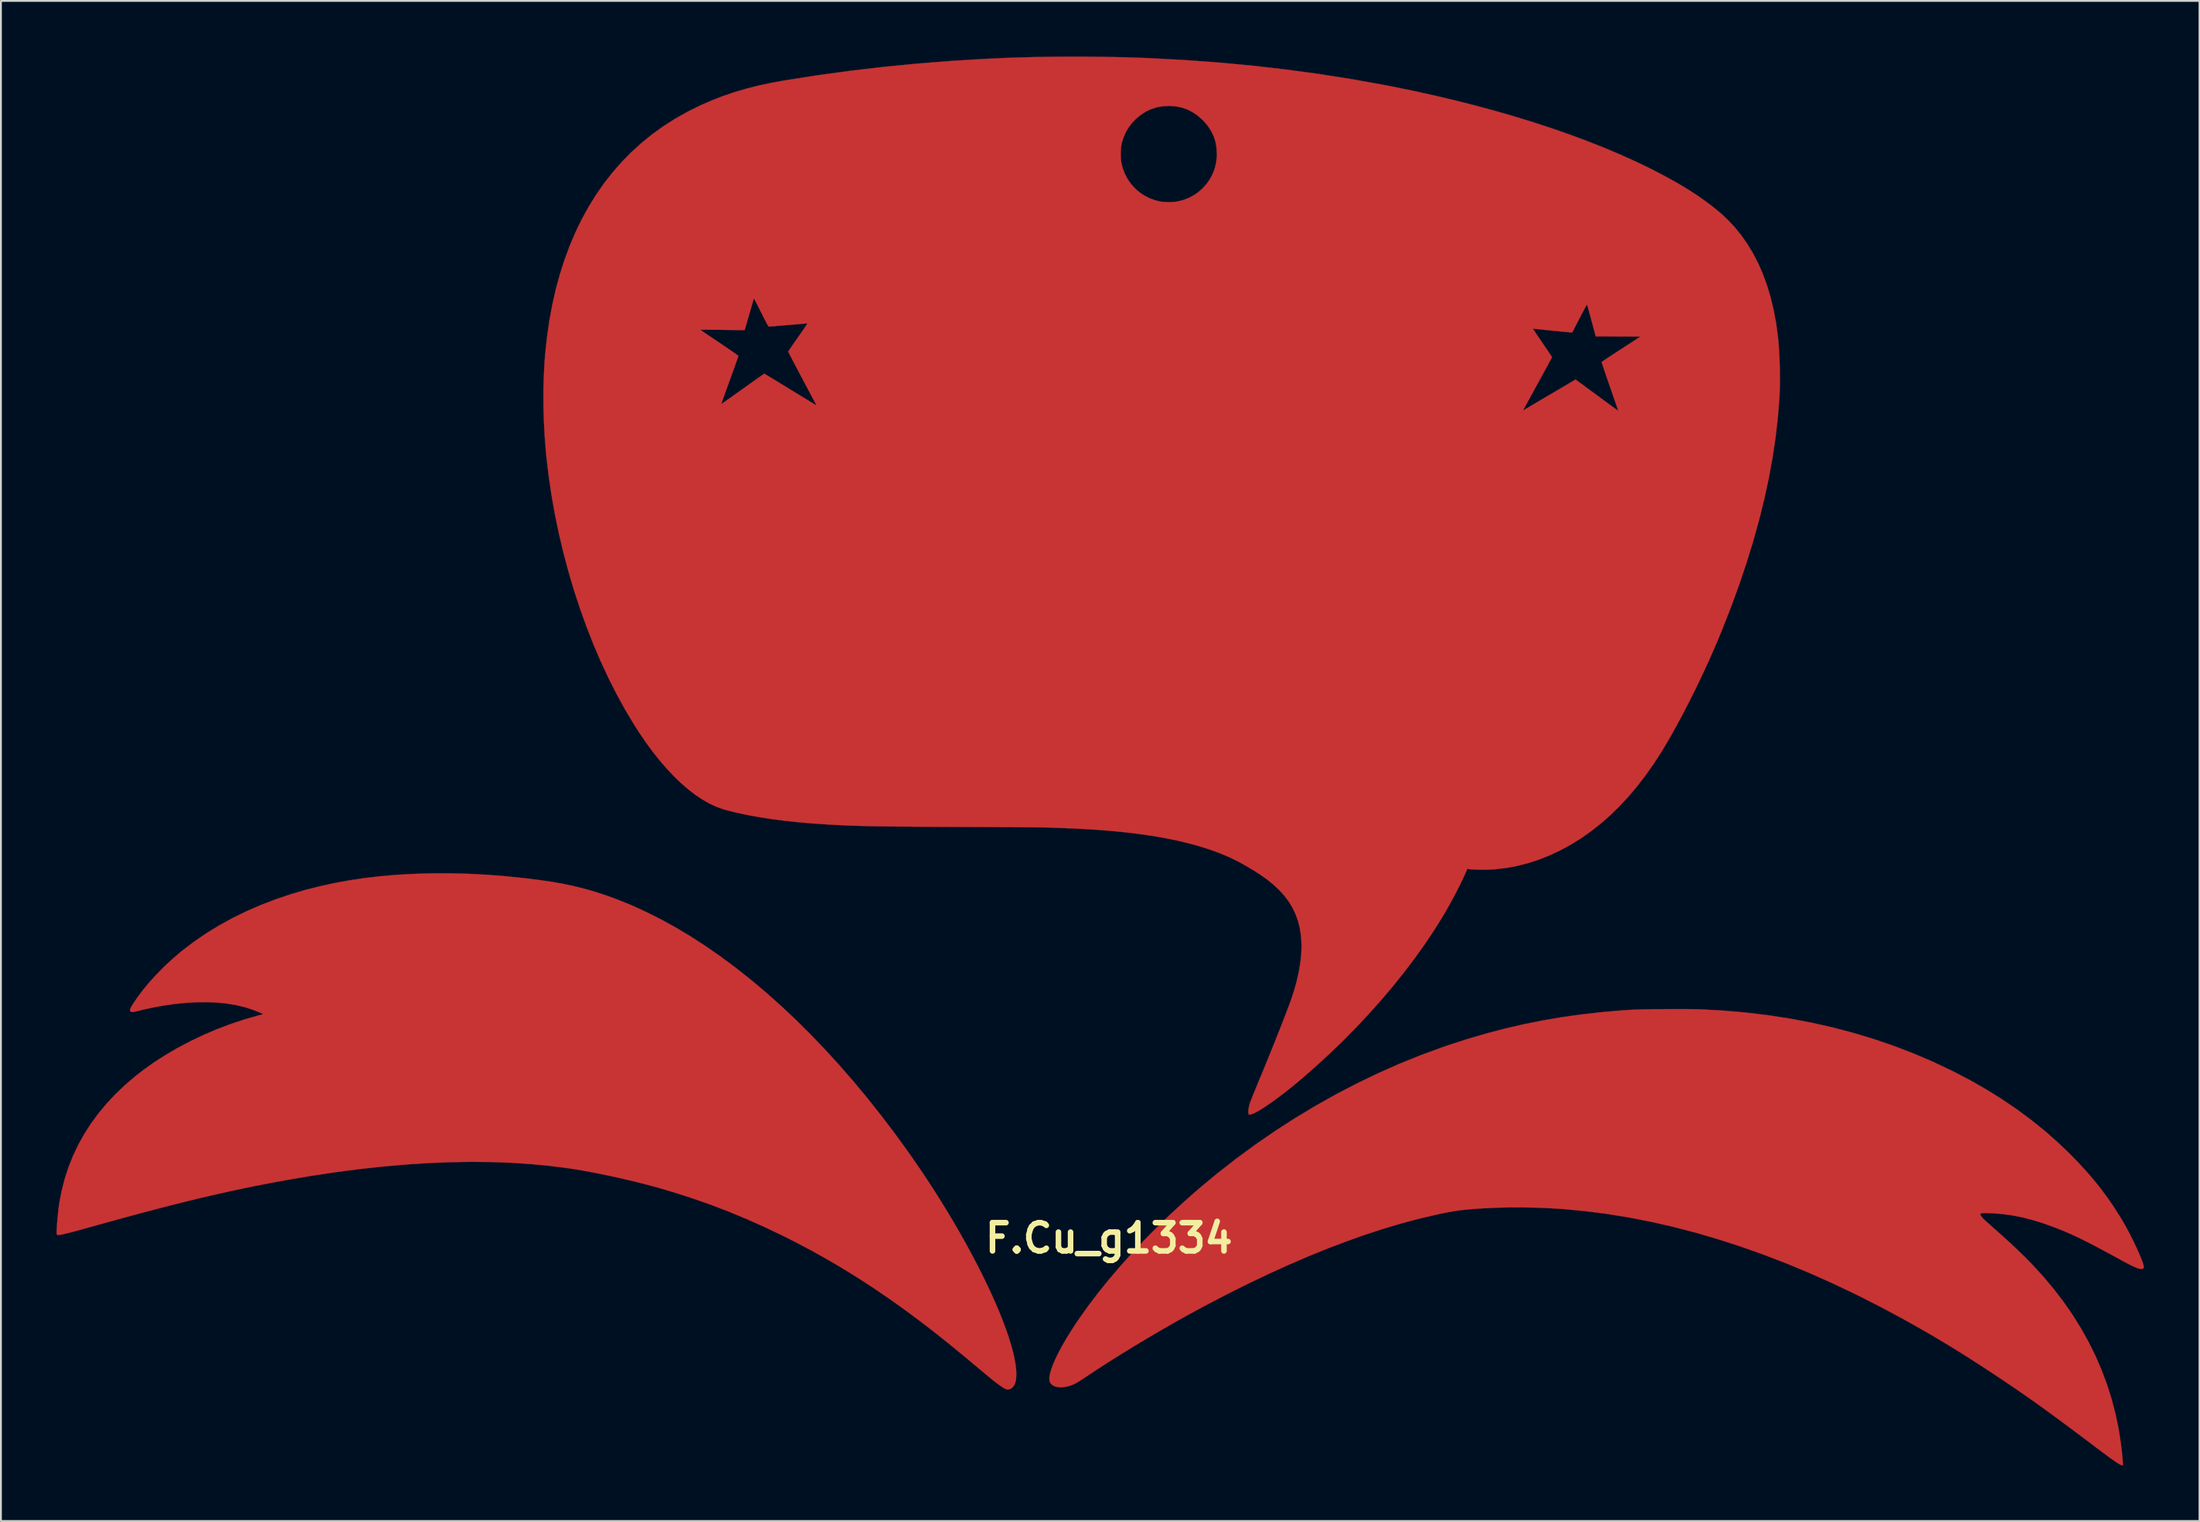
<source format=kicad_pcb>
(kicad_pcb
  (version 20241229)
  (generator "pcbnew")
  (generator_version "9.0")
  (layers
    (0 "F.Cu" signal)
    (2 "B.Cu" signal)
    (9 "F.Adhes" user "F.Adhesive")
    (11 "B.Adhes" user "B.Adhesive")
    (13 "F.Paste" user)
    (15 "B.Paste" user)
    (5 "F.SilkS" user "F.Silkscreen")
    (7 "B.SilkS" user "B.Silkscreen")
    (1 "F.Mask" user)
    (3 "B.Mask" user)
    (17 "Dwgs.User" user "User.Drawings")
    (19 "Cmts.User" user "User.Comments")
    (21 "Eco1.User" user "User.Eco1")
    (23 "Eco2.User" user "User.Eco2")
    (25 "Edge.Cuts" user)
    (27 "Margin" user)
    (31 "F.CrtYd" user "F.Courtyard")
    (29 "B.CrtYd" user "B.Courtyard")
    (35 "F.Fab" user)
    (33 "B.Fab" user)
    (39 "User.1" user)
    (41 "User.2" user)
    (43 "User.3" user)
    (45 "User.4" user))
  (footprint "F.Cu_g1334"
    (layer "F.Cu")
    (at 56.752 63.735)
    (property "Reference" "F.Cu_g1334" (at 0 0 0) (layer "F.SilkS") (effects (font (size 1.524 1.524) (thickness 0.3))))
    (attr through_hole)
    (fp_poly (pts (xy -34.499 -19.652) (xy -33.507 -19.599) (xy -32.498 -19.519) (xy -31.467 -19.411) (xy -30.681 -19.313) (xy -30.035 -19.218) (xy -29.42 -19.109) (xy -28.829 -18.983) (xy -28.252 -18.838) (xy -27.68 -18.673) (xy -27.106 -18.484) (xy -26.564 -18.288) (xy -25.76 -17.963) (xy -24.953 -17.596) (xy -24.143 -17.189) (xy -23.333 -16.741) (xy -22.522 -16.254) (xy -21.712 -15.728) (xy -20.903 -15.164) (xy -20.095 -14.562) (xy -19.291 -13.924) (xy -18.489 -13.249) (xy -17.692 -12.539) (xy -16.899 -11.793) (xy -16.113 -11.014) (xy -15.332 -10.201) (xy -14.559 -9.355) (xy -13.794 -8.477) (xy -13.037 -7.567) (xy -12.29 -6.626) (xy -11.553 -5.656) (xy -10.827 -4.655) (xy -10.583 -4.307) (xy -10.188 -3.734) (xy -9.802 -3.158) (xy -9.426 -2.579) (xy -9.06 -2) (xy -8.705 -1.422) (xy -8.362 -0.847) (xy -8.031 -0.276) (xy -7.714 0.29) (xy -7.41 0.848) (xy -7.121 1.398) (xy -6.847 1.937) (xy -6.589 2.465) (xy -6.348 2.98) (xy -6.124 3.48) (xy -5.918 3.964) (xy -5.731 4.431) (xy -5.563 4.878) (xy -5.415 5.304) (xy -5.289 5.708) (xy -5.183 6.089) (xy -5.101 6.444) (xy -5.041 6.773) (xy -5.004 7.073) (xy -4.992 7.344) (xy -5.005 7.583) (xy -5.018 7.673) (xy -5.06 7.83) (xy -5.125 7.962) (xy -5.209 8.064) (xy -5.309 8.132) (xy -5.422 8.163) (xy -5.479 8.164) (xy -5.533 8.153) (xy -5.598 8.124) (xy -5.652 8.095) (xy -5.722 8.051) (xy -5.815 7.99) (xy -5.917 7.919) (xy -6.018 7.845) (xy -6.022 7.842) (xy -6.068 7.807) (xy -6.112 7.773) (xy -6.158 7.738) (xy -6.207 7.699) (xy -6.262 7.655) (xy -6.326 7.604) (xy -6.4 7.543) (xy -6.488 7.471) (xy -6.591 7.385) (xy -6.712 7.284) (xy -6.854 7.165) (xy -7.019 7.028) (xy -7.21 6.868) (xy -7.428 6.686) (xy -7.642 6.506) (xy -8.528 5.777) (xy -9.397 5.083) (xy -10.254 4.424) (xy -11.101 3.798) (xy -11.941 3.203) (xy -12.775 2.637) (xy -13.608 2.098) (xy -14.442 1.584) (xy -15.279 1.094) (xy -16.122 0.626) (xy -16.975 0.177) (xy -17.515 -0.095) (xy -18.526 -0.579) (xy -19.527 -1.026) (xy -20.525 -1.44) (xy -21.526 -1.822) (xy -22.538 -2.176) (xy -23.565 -2.502) (xy -24.276 -2.711) (xy -24.746 -2.84) (xy -25.242 -2.968) (xy -25.755 -3.095) (xy -26.279 -3.217) (xy -26.807 -3.334) (xy -27.329 -3.444) (xy -27.841 -3.545) (xy -28.332 -3.636) (xy -28.798 -3.715) (xy -29.131 -3.766) (xy -30.133 -3.895) (xy -31.164 -3.995) (xy -32.224 -4.065) (xy -33.313 -4.105) (xy -34.431 -4.115) (xy -35.578 -4.096) (xy -36.752 -4.047) (xy -37.953 -3.968) (xy -39.182 -3.86) (xy -40.438 -3.722) (xy -41.72 -3.555) (xy -43.028 -3.358) (xy -44.361 -3.131) (xy -44.418 -3.121) (xy -45.012 -3.012) (xy -45.601 -2.9) (xy -46.188 -2.784) (xy -46.775 -2.662) (xy -47.367 -2.536) (xy -47.966 -2.403) (xy -48.575 -2.263) (xy -49.198 -2.116) (xy -49.837 -1.96) (xy -50.497 -1.794) (xy -51.179 -1.619) (xy -51.887 -1.433) (xy -52.624 -1.235) (xy -53.394 -1.026) (xy -54.199 -0.803) (xy -54.547 -0.706) (xy -54.895 -0.608) (xy -55.205 -0.522) (xy -55.478 -0.447) (xy -55.718 -0.382) (xy -55.926 -0.327) (xy -56.104 -0.281) (xy -56.255 -0.243) (xy -56.38 -0.214) (xy -56.483 -0.193) (xy -56.564 -0.179) (xy -56.628 -0.171) (xy -56.674 -0.17) (xy -56.707 -0.174) (xy -56.728 -0.184) (xy -56.739 -0.198) (xy -56.739 -0.199) (xy -56.746 -0.242) (xy -56.747 -0.321) (xy -56.744 -0.432) (xy -56.738 -0.568) (xy -56.728 -0.724) (xy -56.715 -0.895) (xy -56.699 -1.075) (xy -56.682 -1.259) (xy -56.662 -1.441) (xy -56.642 -1.616) (xy -56.621 -1.778) (xy -56.6 -1.918) (xy -56.473 -2.576) (xy -56.307 -3.218) (xy -56.101 -3.845) (xy -55.857 -4.455) (xy -55.574 -5.048) (xy -55.253 -5.625) (xy -54.892 -6.185) (xy -54.494 -6.727) (xy -54.057 -7.253) (xy -53.583 -7.76) (xy -53.07 -8.25) (xy -52.52 -8.722) (xy -52.091 -9.057) (xy -51.495 -9.482) (xy -50.865 -9.887) (xy -50.205 -10.272) (xy -49.519 -10.633) (xy -48.812 -10.968) (xy -48.087 -11.277) (xy -47.35 -11.555) (xy -46.603 -11.803) (xy -45.853 -12.017) (xy -45.72 -12.051) (xy -45.604 -12.08) (xy -45.773 -12.159) (xy -46.177 -12.324) (xy -46.61 -12.462) (xy -47.073 -12.571) (xy -47.563 -12.652) (xy -48.079 -12.705) (xy -48.619 -12.729) (xy -49.182 -12.725) (xy -49.767 -12.693) (xy -50.371 -12.632) (xy -50.994 -12.542) (xy -51.52 -12.446) (xy -51.678 -12.414) (xy -51.853 -12.376) (xy -52.027 -12.337) (xy -52.185 -12.3) (xy -52.275 -12.278) (xy -52.42 -12.242) (xy -52.53 -12.217) (xy -52.611 -12.202) (xy -52.668 -12.196) (xy -52.708 -12.198) (xy -52.736 -12.209) (xy -52.756 -12.225) (xy -52.784 -12.268) (xy -52.788 -12.324) (xy -52.767 -12.396) (xy -52.719 -12.491) (xy -52.665 -12.581) (xy -52.392 -12.988) (xy -52.081 -13.401) (xy -51.736 -13.815) (xy -51.363 -14.226) (xy -50.964 -14.63) (xy -50.543 -15.023) (xy -50.105 -15.4) (xy -49.974 -15.507) (xy -49.345 -15.987) (xy -48.684 -16.439) (xy -47.992 -16.864) (xy -47.271 -17.261) (xy -46.52 -17.629) (xy -45.742 -17.968) (xy -44.937 -18.277) (xy -44.106 -18.556) (xy -43.325 -18.785) (xy -42.546 -18.983) (xy -41.758 -19.155) (xy -40.956 -19.302) (xy -40.138 -19.424) (xy -39.299 -19.522) (xy -38.437 -19.596) (xy -37.546 -19.647) (xy -36.623 -19.675) (xy -36.46 -19.677) (xy -35.482 -19.678) (xy -34.499 -19.652)) (stroke (width 0.01) (type solid)) (fill yes) (layer "F.Cu"))
    (fp_poly (pts (xy 30.89 -12.358) (xy 31.162 -12.357) (xy 31.413 -12.354) (xy 31.639 -12.35) (xy 31.833 -12.345) (xy 31.922 -12.342) (xy 33.151 -12.273) (xy 34.363 -12.167) (xy 35.555 -12.024) (xy 36.729 -11.843) (xy 37.883 -11.624) (xy 39.018 -11.369) (xy 40.133 -11.076) (xy 41.229 -10.746) (xy 42.305 -10.379) (xy 43.361 -9.975) (xy 44.396 -9.534) (xy 45.411 -9.055) (xy 45.553 -8.985) (xy 46.459 -8.511) (xy 47.33 -8.013) (xy 48.166 -7.492) (xy 48.969 -6.946) (xy 49.738 -6.376) (xy 50.475 -5.782) (xy 51.18 -5.161) (xy 51.838 -4.53) (xy 52.306 -4.049) (xy 52.74 -3.575) (xy 53.143 -3.104) (xy 53.522 -2.628) (xy 53.88 -2.142) (xy 54.224 -1.638) (xy 54.557 -1.112) (xy 54.643 -0.97) (xy 54.754 -0.779) (xy 54.868 -0.575) (xy 54.983 -0.362) (xy 55.097 -0.143) (xy 55.208 0.078) (xy 55.315 0.298) (xy 55.415 0.512) (xy 55.508 0.717) (xy 55.592 0.91) (xy 55.665 1.086) (xy 55.725 1.241) (xy 55.77 1.373) (xy 55.799 1.478) (xy 55.81 1.55) (xy 55.808 1.576) (xy 55.787 1.623) (xy 55.749 1.653) (xy 55.694 1.666) (xy 55.618 1.66) (xy 55.52 1.635) (xy 55.397 1.59) (xy 55.247 1.525) (xy 55.068 1.438) (xy 54.859 1.33) (xy 54.616 1.199) (xy 54.606 1.193) (xy 54.209 0.976) (xy 53.846 0.779) (xy 53.513 0.601) (xy 53.206 0.438) (xy 52.923 0.291) (xy 52.661 0.158) (xy 52.415 0.036) (xy 52.183 -0.076) (xy 51.961 -0.179) (xy 51.747 -0.275) (xy 51.536 -0.365) (xy 51.327 -0.451) (xy 51.114 -0.536) (xy 50.934 -0.605) (xy 50.353 -0.812) (xy 49.793 -0.984) (xy 49.249 -1.122) (xy 48.718 -1.227) (xy 48.197 -1.299) (xy 47.683 -1.34) (xy 47.498 -1.347) (xy 47.347 -1.351) (xy 47.233 -1.352) (xy 47.15 -1.352) (xy 47.093 -1.348) (xy 47.054 -1.342) (xy 47.03 -1.332) (xy 47.023 -1.327) (xy 46.995 -1.298) (xy 46.997 -1.264) (xy 47.006 -1.241) (xy 47.034 -1.195) (xy 47.081 -1.135) (xy 47.121 -1.088) (xy 47.143 -1.065) (xy 47.168 -1.039) (xy 47.199 -1.009) (xy 47.237 -0.972) (xy 47.286 -0.927) (xy 47.348 -0.87) (xy 47.426 -0.8) (xy 47.522 -0.714) (xy 47.638 -0.61) (xy 47.777 -0.486) (xy 47.943 -0.339) (xy 48.136 -0.167) (xy 48.214 -0.097) (xy 48.622 0.273) (xy 49.018 0.645) (xy 49.394 1.011) (xy 49.742 1.364) (xy 49.778 1.402) (xy 50.386 2.065) (xy 50.954 2.743) (xy 51.482 3.435) (xy 51.972 4.141) (xy 52.421 4.861) (xy 52.831 5.595) (xy 53.201 6.342) (xy 53.531 7.103) (xy 53.821 7.876) (xy 54.071 8.663) (xy 54.281 9.462) (xy 54.45 10.273) (xy 54.579 11.096) (xy 54.609 11.345) (xy 54.623 11.473) (xy 54.637 11.609) (xy 54.65 11.746) (xy 54.661 11.879) (xy 54.671 12.001) (xy 54.678 12.104) (xy 54.682 12.182) (xy 54.683 12.229) (xy 54.681 12.239) (xy 54.657 12.254) (xy 54.613 12.247) (xy 54.542 12.216) (xy 54.515 12.202) (xy 54.457 12.169) (xy 54.388 12.127) (xy 54.307 12.073) (xy 54.21 12.007) (xy 54.095 11.926) (xy 53.96 11.829) (xy 53.803 11.713) (xy 53.62 11.578) (xy 53.41 11.421) (xy 53.17 11.24) (xy 53.044 11.145) (xy 52.593 10.805) (xy 52.172 10.489) (xy 51.779 10.195) (xy 51.408 9.92) (xy 51.058 9.662) (xy 50.725 9.418) (xy 50.406 9.186) (xy 50.097 8.964) (xy 49.795 8.75) (xy 49.497 8.54) (xy 49.2 8.334) (xy 48.901 8.128) (xy 48.595 7.92) (xy 48.281 7.708) (xy 47.954 7.489) (xy 47.932 7.474) (xy 47.206 6.995) (xy 46.504 6.542) (xy 45.818 6.109) (xy 45.141 5.694) (xy 44.467 5.292) (xy 43.788 4.899) (xy 43.098 4.51) (xy 42.799 4.344) (xy 41.537 3.669) (xy 40.28 3.033) (xy 39.028 2.437) (xy 37.781 1.881) (xy 36.54 1.365) (xy 35.305 0.89) (xy 34.076 0.454) (xy 32.854 0.059) (xy 31.64 -0.296) (xy 30.432 -0.61) (xy 29.233 -0.883) (xy 28.041 -1.116) (xy 26.858 -1.308) (xy 25.684 -1.458) (xy 24.519 -1.568) (xy 24.405 -1.576) (xy 23.7 -1.619) (xy 22.977 -1.647) (xy 22.246 -1.659) (xy 21.518 -1.657) (xy 20.803 -1.638) (xy 20.113 -1.605) (xy 19.844 -1.587) (xy 19.557 -1.565) (xy 19.298 -1.542) (xy 19.058 -1.516) (xy 18.828 -1.487) (xy 18.6 -1.453) (xy 18.365 -1.412) (xy 18.113 -1.363) (xy 17.835 -1.306) (xy 17.611 -1.257) (xy 16.701 -1.042) (xy 15.768 -0.793) (xy 14.813 -0.508) (xy 13.836 -0.19) (xy 12.839 0.163) (xy 11.822 0.549) (xy 10.786 0.969) (xy 9.732 1.422) (xy 8.66 1.908) (xy 7.571 2.426) (xy 6.466 2.977) (xy 5.345 3.559) (xy 4.826 3.837) (xy 4.144 4.21) (xy 3.451 4.6) (xy 2.752 5.001) (xy 2.055 5.411) (xy 1.365 5.825) (xy 0.688 6.24) (xy 0.032 6.652) (xy -0.598 7.057) (xy -1.196 7.452) (xy -1.28 7.509) (xy -1.453 7.623) (xy -1.597 7.717) (xy -1.721 7.791) (xy -1.83 7.851) (xy -1.93 7.898) (xy -2.028 7.937) (xy -2.13 7.97) (xy -2.243 8.001) (xy -2.247 8.002) (xy -2.435 8.038) (xy -2.612 8.048) (xy -2.774 8.033) (xy -2.918 7.995) (xy -3.037 7.935) (xy -3.128 7.855) (xy -3.187 7.755) (xy -3.196 7.726) (xy -3.212 7.601) (xy -3.201 7.446) (xy -3.163 7.262) (xy -3.101 7.052) (xy -3.014 6.817) (xy -2.904 6.559) (xy -2.771 6.28) (xy -2.616 5.981) (xy -2.44 5.664) (xy -2.244 5.331) (xy -2.029 4.985) (xy -1.795 4.625) (xy -1.602 4.339) (xy -1.115 3.656) (xy -0.59 2.964) (xy -0.03 2.267) (xy 0.565 1.568) (xy 1.19 0.869) (xy 1.843 0.173) (xy 2.522 -0.517) (xy 3.224 -1.199) (xy 3.946 -1.869) (xy 4.687 -2.525) (xy 4.841 -2.658) (xy 5.84 -3.488) (xy 6.86 -4.285) (xy 7.901 -5.049) (xy 8.962 -5.78) (xy 10.04 -6.475) (xy 11.135 -7.134) (xy 12.244 -7.757) (xy 13.367 -8.342) (xy 14.502 -8.889) (xy 15.647 -9.397) (xy 16.801 -9.864) (xy 17.963 -10.291) (xy 18.288 -10.403) (xy 19.314 -10.735) (xy 20.332 -11.034) (xy 21.347 -11.301) (xy 22.364 -11.536) (xy 23.388 -11.742) (xy 24.425 -11.919) (xy 25.478 -12.067) (xy 26.554 -12.189) (xy 27.658 -12.284) (xy 28.035 -12.31) (xy 28.188 -12.319) (xy 28.378 -12.326) (xy 28.6 -12.333) (xy 28.848 -12.34) (xy 29.118 -12.345) (xy 29.403 -12.35) (xy 29.7 -12.353) (xy 30.002 -12.356) (xy 30.305 -12.358) (xy 30.602 -12.358) (xy 30.89 -12.358)) (stroke (width 0.01) (type solid)) (fill yes) (layer "F.Cu"))
    (fp_poly (pts (xy -1.014 -63.727) (xy -0.071 -63.715) (xy 0.856 -63.695) (xy 1.757 -63.666) (xy 2.201 -63.648) (xy 4.061 -63.549) (xy 5.904 -63.414) (xy 7.728 -63.244) (xy 9.533 -63.038) (xy 11.317 -62.796) (xy 13.08 -62.519) (xy 14.821 -62.207) (xy 15.314 -62.111) (xy 16.462 -61.876) (xy 17.591 -61.626) (xy 18.7 -61.363) (xy 19.787 -61.087) (xy 20.851 -60.799) (xy 21.891 -60.498) (xy 22.904 -60.186) (xy 23.889 -59.863) (xy 24.846 -59.53) (xy 25.771 -59.186) (xy 26.665 -58.834) (xy 27.525 -58.472) (xy 28.349 -58.102) (xy 29.137 -57.724) (xy 29.887 -57.338) (xy 30.597 -56.946) (xy 30.893 -56.773) (xy 31.323 -56.51) (xy 31.736 -56.239) (xy 32.129 -55.965) (xy 32.497 -55.691) (xy 32.836 -55.419) (xy 33.141 -55.153) (xy 33.348 -54.957) (xy 33.743 -54.537) (xy 34.109 -54.086) (xy 34.445 -53.605) (xy 34.752 -53.094) (xy 35.03 -52.552) (xy 35.278 -51.98) (xy 35.496 -51.378) (xy 35.685 -50.746) (xy 35.845 -50.084) (xy 35.975 -49.392) (xy 36.075 -48.671) (xy 36.077 -48.652) (xy 36.109 -48.335) (xy 36.135 -47.986) (xy 36.157 -47.612) (xy 36.172 -47.222) (xy 36.182 -46.824) (xy 36.186 -46.428) (xy 36.184 -46.042) (xy 36.175 -45.674) (xy 36.16 -45.334) (xy 36.156 -45.265) (xy 36.072 -44.217) (xy 35.948 -43.152) (xy 35.785 -42.072) (xy 35.584 -40.976) (xy 35.344 -39.863) (xy 35.064 -38.735) (xy 34.746 -37.59) (xy 34.388 -36.429) (xy 33.992 -35.252) (xy 33.557 -34.059) (xy 33.083 -32.849) (xy 32.919 -32.449) (xy 32.629 -31.766) (xy 32.318 -31.066) (xy 31.99 -30.357) (xy 31.649 -29.648) (xy 31.3 -28.946) (xy 30.945 -28.26) (xy 30.59 -27.598) (xy 30.239 -26.97) (xy 30.237 -26.966) (xy 29.812 -26.253) (xy 29.376 -25.58) (xy 28.929 -24.946) (xy 28.469 -24.35) (xy 27.997 -23.792) (xy 27.51 -23.271) (xy 27.009 -22.785) (xy 26.554 -22.385) (xy 26.028 -21.968) (xy 25.488 -21.586) (xy 24.936 -21.241) (xy 24.374 -20.933) (xy 23.803 -20.663) (xy 23.225 -20.431) (xy 22.641 -20.238) (xy 22.054 -20.085) (xy 21.464 -19.973) (xy 20.874 -19.902) (xy 20.515 -19.879) (xy 20.362 -19.874) (xy 20.195 -19.872) (xy 20.023 -19.874) (xy 19.855 -19.877) (xy 19.699 -19.883) (xy 19.563 -19.891) (xy 19.456 -19.901) (xy 19.413 -19.907) (xy 19.332 -19.92) (xy 19.23 -19.692) (xy 19.085 -19.374) (xy 18.918 -19.031) (xy 18.736 -18.672) (xy 18.541 -18.303) (xy 18.339 -17.935) (xy 18.134 -17.576) (xy 17.99 -17.331) (xy 17.526 -16.587) (xy 17.023 -15.837) (xy 16.483 -15.083) (xy 15.91 -14.328) (xy 15.305 -13.575) (xy 14.671 -12.827) (xy 14.01 -12.086) (xy 13.324 -11.356) (xy 12.617 -10.638) (xy 11.89 -9.937) (xy 11.147 -9.254) (xy 10.388 -8.592) (xy 10.287 -8.507) (xy 10.008 -8.274) (xy 9.732 -8.051) (xy 9.462 -7.839) (xy 9.2 -7.639) (xy 8.949 -7.453) (xy 8.711 -7.283) (xy 8.489 -7.13) (xy 8.284 -6.996) (xy 8.1 -6.883) (xy 7.938 -6.793) (xy 7.801 -6.726) (xy 7.691 -6.685) (xy 7.632 -6.673) (xy 7.538 -6.662) (xy 7.524 -6.74) (xy 7.517 -6.851) (xy 7.531 -6.99) (xy 7.565 -7.151) (xy 7.601 -7.274) (xy 7.621 -7.332) (xy 7.656 -7.424) (xy 7.704 -7.546) (xy 7.763 -7.693) (xy 7.831 -7.862) (xy 7.906 -8.047) (xy 7.987 -8.243) (xy 8.071 -8.447) (xy 8.099 -8.513) (xy 8.232 -8.834) (xy 8.369 -9.167) (xy 8.509 -9.508) (xy 8.649 -9.853) (xy 8.789 -10.199) (xy 8.927 -10.542) (xy 9.061 -10.879) (xy 9.19 -11.205) (xy 9.313 -11.517) (xy 9.428 -11.811) (xy 9.534 -12.085) (xy 9.629 -12.333) (xy 9.711 -12.552) (xy 9.78 -12.738) (xy 9.823 -12.858) (xy 9.988 -13.362) (xy 10.125 -13.855) (xy 10.235 -14.334) (xy 10.315 -14.795) (xy 10.367 -15.236) (xy 10.388 -15.654) (xy 10.385 -15.928) (xy 10.353 -16.352) (xy 10.288 -16.755) (xy 10.189 -17.137) (xy 10.056 -17.5) (xy 9.888 -17.847) (xy 9.683 -18.178) (xy 9.441 -18.495) (xy 9.161 -18.8) (xy 8.842 -19.095) (xy 8.483 -19.38) (xy 8.17 -19.6) (xy 8.001 -19.71) (xy 7.807 -19.831) (xy 7.599 -19.957) (xy 7.388 -20.081) (xy 7.187 -20.195) (xy 7.007 -20.294) (xy 6.979 -20.309) (xy 6.517 -20.535) (xy 6.022 -20.746) (xy 5.494 -20.942) (xy 4.933 -21.123) (xy 4.337 -21.288) (xy 3.707 -21.439) (xy 3.041 -21.575) (xy 2.339 -21.697) (xy 1.6 -21.804) (xy 0.824 -21.896) (xy 0.011 -21.975) (xy -0.841 -22.039) (xy -1.732 -22.089) (xy -2.477 -22.119) (xy -2.649 -22.125) (xy -2.817 -22.131) (xy -2.973 -22.137) (xy -3.111 -22.142) (xy -3.223 -22.147) (xy -3.301 -22.15) (xy -3.313 -22.151) (xy -3.352 -22.152) (xy -3.432 -22.153) (xy -3.55 -22.155) (xy -3.704 -22.156) (xy -3.893 -22.158) (xy -4.113 -22.16) (xy -4.363 -22.162) (xy -4.641 -22.164) (xy -4.944 -22.166) (xy -5.271 -22.168) (xy -5.62 -22.17) (xy -5.988 -22.172) (xy -6.374 -22.174) (xy -6.775 -22.176) (xy -7.189 -22.178) (xy -7.614 -22.18) (xy -7.916 -22.181) (xy -8.513 -22.184) (xy -9.07 -22.187) (xy -9.589 -22.19) (xy -10.071 -22.192) (xy -10.52 -22.195) (xy -10.937 -22.199) (xy -11.325 -22.202) (xy -11.685 -22.206) (xy -12.02 -22.21) (xy -12.331 -22.214) (xy -12.622 -22.219) (xy -12.893 -22.224) (xy -13.148 -22.229) (xy -13.388 -22.235) (xy -13.615 -22.242) (xy -13.832 -22.249) (xy -14.041 -22.256) (xy -14.244 -22.265) (xy -14.442 -22.274) (xy -14.638 -22.283) (xy -14.835 -22.294) (xy -15.034 -22.305) (xy -15.237 -22.318) (xy -15.303 -22.322) (xy -16.076 -22.376) (xy -16.81 -22.44) (xy -17.507 -22.515) (xy -18.17 -22.601) (xy -18.801 -22.698) (xy -19.401 -22.806) (xy -19.717 -22.87) (xy -19.893 -22.909) (xy -20.079 -22.951) (xy -20.265 -22.995) (xy -20.442 -23.039) (xy -20.601 -23.08) (xy -20.734 -23.116) (xy -20.797 -23.134) (xy -21.167 -23.267) (xy -21.541 -23.442) (xy -21.919 -23.657) (xy -22.3 -23.911) (xy -22.682 -24.204) (xy -23.065 -24.535) (xy -23.448 -24.903) (xy -23.829 -25.307) (xy -24.21 -25.746) (xy -24.587 -26.22) (xy -24.961 -26.728) (xy -25.33 -27.268) (xy -25.616 -27.715) (xy -26.094 -28.515) (xy -26.553 -29.351) (xy -26.992 -30.219) (xy -27.409 -31.117) (xy -27.804 -32.041) (xy -28.176 -32.989) (xy -28.524 -33.957) (xy -28.847 -34.944) (xy -29.144 -35.945) (xy -29.414 -36.959) (xy -29.657 -37.982) (xy -29.871 -39.011) (xy -30.055 -40.044) (xy -30.209 -41.077) (xy -30.331 -42.108) (xy -30.363 -42.429) (xy -30.428 -43.248) (xy -30.472 -44.071) (xy -30.488 -44.641) (xy 22.328 -44.641) (xy 22.673 -44.844) (xy 22.757 -44.894) (xy 22.873 -44.962) (xy 23.015 -45.046) (xy 23.18 -45.143) (xy 23.363 -45.251) (xy 23.558 -45.366) (xy 23.762 -45.486) (xy 23.97 -45.609) (xy 24.093 -45.681) (xy 25.167 -46.315) (xy 26.316 -45.47) (xy 26.51 -45.326) (xy 26.694 -45.191) (xy 26.866 -45.065) (xy 27.021 -44.952) (xy 27.158 -44.852) (xy 27.273 -44.767) (xy 27.364 -44.701) (xy 27.428 -44.655) (xy 27.463 -44.631) (xy 27.468 -44.628) (xy 27.462 -44.648) (xy 27.443 -44.704) (xy 27.413 -44.794) (xy 27.371 -44.914) (xy 27.321 -45.061) (xy 27.262 -45.231) (xy 27.196 -45.421) (xy 27.125 -45.628) (xy 27.048 -45.848) (xy 27.019 -45.932) (xy 26.941 -46.157) (xy 26.867 -46.37) (xy 26.799 -46.568) (xy 26.738 -46.748) (xy 26.685 -46.906) (xy 26.64 -47.038) (xy 26.606 -47.143) (xy 26.584 -47.215) (xy 26.573 -47.252) (xy 26.573 -47.256) (xy 26.592 -47.271) (xy 26.643 -47.307) (xy 26.723 -47.362) (xy 26.83 -47.434) (xy 26.959 -47.52) (xy 27.109 -47.618) (xy 27.275 -47.727) (xy 27.455 -47.845) (xy 27.623 -47.954) (xy 28.666 -48.63) (xy 27.46 -48.636) (xy 26.255 -48.641) (xy 26.025 -49.493) (xy 25.976 -49.676) (xy 25.929 -49.846) (xy 25.887 -49.999) (xy 25.851 -50.13) (xy 25.821 -50.236) (xy 25.799 -50.312) (xy 25.786 -50.353) (xy 25.783 -50.359) (xy 25.771 -50.344) (xy 25.742 -50.295) (xy 25.698 -50.216) (xy 25.64 -50.111) (xy 25.573 -49.984) (xy 25.496 -49.839) (xy 25.413 -49.679) (xy 25.379 -49.613) (xy 24.987 -48.853) (xy 24.913 -48.854) (xy 24.877 -48.857) (xy 24.804 -48.863) (xy 24.698 -48.873) (xy 24.563 -48.885) (xy 24.404 -48.901) (xy 24.226 -48.919) (xy 24.033 -48.938) (xy 23.855 -48.956) (xy 23.656 -48.977) (xy 23.47 -48.996) (xy 23.301 -49.013) (xy 23.154 -49.027) (xy 23.033 -49.039) (xy 22.941 -49.048) (xy 22.884 -49.053) (xy 22.865 -49.054) (xy 22.875 -49.036) (xy 22.907 -48.987) (xy 22.959 -48.91) (xy 23.027 -48.809) (xy 23.109 -48.688) (xy 23.203 -48.549) (xy 23.307 -48.397) (xy 23.378 -48.293) (xy 23.487 -48.133) (xy 23.589 -47.985) (xy 23.68 -47.85) (xy 23.758 -47.734) (xy 23.821 -47.64) (xy 23.867 -47.57) (xy 23.892 -47.53) (xy 23.897 -47.521) (xy 23.887 -47.5) (xy 23.859 -47.445) (xy 23.813 -47.36) (xy 23.752 -47.246) (xy 23.677 -47.108) (xy 23.59 -46.948) (xy 23.493 -46.77) (xy 23.387 -46.575) (xy 23.274 -46.369) (xy 23.213 -46.258) (xy 23.094 -46.041) (xy 22.978 -45.829) (xy 22.868 -45.628) (xy 22.765 -45.441) (xy 22.672 -45.271) (xy 22.591 -45.123) (xy 22.523 -44.999) (xy 22.471 -44.904) (xy 22.436 -44.84) (xy 22.428 -44.826) (xy 22.328 -44.641) (xy -30.488 -44.641) (xy -30.495 -44.892) (xy -30.497 -45.703) (xy -30.476 -46.496) (xy -30.435 -47.263) (xy -30.405 -47.646) (xy -30.308 -48.566) (xy -30.247 -48.998) (xy -22.035 -48.998) (xy -22.017 -48.985) (xy -21.968 -48.95) (xy -21.89 -48.897) (xy -21.786 -48.825) (xy -21.659 -48.739) (xy -21.512 -48.64) (xy -21.348 -48.53) (xy -21.171 -48.411) (xy -21.009 -48.302) (xy -20.822 -48.176) (xy -20.646 -48.057) (xy -20.485 -47.947) (xy -20.34 -47.847) (xy -20.216 -47.76) (xy -20.115 -47.688) (xy -20.04 -47.634) (xy -19.995 -47.598) (xy -19.982 -47.585) (xy -19.989 -47.561) (xy -20.009 -47.5) (xy -20.042 -47.406) (xy -20.085 -47.283) (xy -20.138 -47.133) (xy -20.199 -46.961) (xy -20.268 -46.77) (xy -20.343 -46.563) (xy -20.422 -46.343) (xy -20.447 -46.275) (xy -20.528 -46.053) (xy -20.604 -45.843) (xy -20.674 -45.649) (xy -20.737 -45.473) (xy -20.792 -45.319) (xy -20.838 -45.19) (xy -20.873 -45.091) (xy -20.897 -45.023) (xy -20.907 -44.991) (xy -20.908 -44.988) (xy -20.89 -44.999) (xy -20.84 -45.033) (xy -20.762 -45.087) (xy -20.658 -45.16) (xy -20.531 -45.25) (xy -20.384 -45.354) (xy -20.219 -45.471) (xy -20.04 -45.598) (xy -19.849 -45.735) (xy -19.748 -45.806) (xy -19.552 -45.946) (xy -19.366 -46.079) (xy -19.193 -46.202) (xy -19.036 -46.313) (xy -18.898 -46.411) (xy -18.781 -46.493) (xy -18.689 -46.558) (xy -18.624 -46.603) (xy -18.59 -46.627) (xy -18.584 -46.63) (xy -18.565 -46.619) (xy -18.512 -46.588) (xy -18.429 -46.538) (xy -18.318 -46.471) (xy -18.182 -46.388) (xy -18.024 -46.292) (xy -17.847 -46.184) (xy -17.652 -46.066) (xy -17.444 -45.938) (xy -17.225 -45.804) (xy -17.177 -45.775) (xy -16.956 -45.639) (xy -16.745 -45.511) (xy -16.548 -45.39) (xy -16.367 -45.279) (xy -16.205 -45.18) (xy -16.064 -45.095) (xy -15.948 -45.024) (xy -15.86 -44.97) (xy -15.801 -44.934) (xy -15.775 -44.918) (xy -15.774 -44.918) (xy -15.777 -44.931) (xy -15.787 -44.953) (xy -15.8 -44.977) (xy -15.831 -45.036) (xy -15.879 -45.126) (xy -15.942 -45.244) (xy -16.018 -45.388) (xy -16.106 -45.555) (xy -16.205 -45.74) (xy -16.312 -45.943) (xy -16.426 -46.158) (xy -16.546 -46.385) (xy -16.55 -46.391) (xy -16.67 -46.617) (xy -16.783 -46.833) (xy -16.889 -47.035) (xy -16.986 -47.22) (xy -17.073 -47.386) (xy -17.147 -47.529) (xy -17.208 -47.648) (xy -17.254 -47.737) (xy -17.282 -47.796) (xy -17.293 -47.82) (xy -17.293 -47.82) (xy -17.281 -47.843) (xy -17.247 -47.896) (xy -17.193 -47.976) (xy -17.122 -48.08) (xy -17.037 -48.204) (xy -16.94 -48.343) (xy -16.834 -48.496) (xy -16.765 -48.593) (xy -16.655 -48.75) (xy -16.554 -48.895) (xy -16.464 -49.026) (xy -16.388 -49.139) (xy -16.328 -49.23) (xy -16.287 -49.295) (xy -16.266 -49.332) (xy -16.265 -49.34) (xy -16.291 -49.338) (xy -16.355 -49.333) (xy -16.453 -49.325) (xy -16.58 -49.314) (xy -16.732 -49.301) (xy -16.905 -49.287) (xy -17.094 -49.27) (xy -17.275 -49.255) (xy -17.476 -49.238) (xy -17.666 -49.221) (xy -17.84 -49.207) (xy -17.994 -49.194) (xy -18.123 -49.184) (xy -18.222 -49.176) (xy -18.288 -49.172) (xy -18.314 -49.17) (xy -18.33 -49.172) (xy -18.345 -49.179) (xy -18.363 -49.195) (xy -18.384 -49.223) (xy -18.412 -49.268) (xy -18.448 -49.331) (xy -18.493 -49.417) (xy -18.551 -49.529) (xy -18.623 -49.671) (xy -18.71 -49.846) (xy -18.755 -49.934) (xy -18.838 -50.1) (xy -18.915 -50.253) (xy -18.984 -50.389) (xy -19.044 -50.505) (xy -19.091 -50.596) (xy -19.125 -50.659) (xy -19.142 -50.689) (xy -19.144 -50.691) (xy -19.151 -50.67) (xy -19.169 -50.612) (xy -19.195 -50.523) (xy -19.229 -50.406) (xy -19.27 -50.267) (xy -19.316 -50.108) (xy -19.366 -49.936) (xy -19.376 -49.9) (xy -19.428 -49.723) (xy -19.476 -49.556) (xy -19.52 -49.404) (xy -19.558 -49.273) (xy -19.589 -49.167) (xy -19.611 -49.091) (xy -19.624 -49.05) (xy -19.625 -49.047) (xy -19.647 -48.977) (xy -20.841 -48.992) (xy -21.061 -48.995) (xy -21.268 -48.997) (xy -21.459 -48.999) (xy -21.628 -49) (xy -21.773 -49.001) (xy -21.89 -49.001) (xy -21.975 -49) (xy -22.024 -48.999) (xy -22.035 -48.998) (xy -30.247 -48.998) (xy -30.181 -49.459) (xy -30.022 -50.326) (xy -29.833 -51.167) (xy -29.612 -51.981) (xy -29.361 -52.767) (xy -29.08 -53.526) (xy -28.769 -54.257) (xy -28.428 -54.96) (xy -28.057 -55.635) (xy -27.657 -56.28) (xy -27.227 -56.897) (xy -26.768 -57.484) (xy -26.28 -58.041) (xy -25.871 -58.459) (xy 0.637 -58.459) (xy 0.64 -58.288) (xy 0.651 -58.134) (xy 0.666 -58.028) (xy 0.747 -57.705) (xy 0.864 -57.4) (xy 1.017 -57.115) (xy 1.2 -56.854) (xy 1.414 -56.618) (xy 1.654 -56.409) (xy 1.92 -56.231) (xy 2.207 -56.086) (xy 2.515 -55.975) (xy 2.782 -55.912) (xy 2.909 -55.896) (xy 3.064 -55.886) (xy 3.232 -55.883) (xy 3.401 -55.887) (xy 3.556 -55.898) (xy 3.668 -55.913) (xy 3.986 -55.989) (xy 4.287 -56.102) (xy 4.567 -56.248) (xy 4.826 -56.426) (xy 5.059 -56.632) (xy 5.266 -56.864) (xy 5.444 -57.119) (xy 5.59 -57.395) (xy 5.703 -57.688) (xy 5.78 -57.996) (xy 5.818 -58.317) (xy 5.823 -58.471) (xy 5.804 -58.806) (xy 5.75 -59.12) (xy 5.658 -59.415) (xy 5.528 -59.694) (xy 5.358 -59.959) (xy 5.149 -60.213) (xy 5.04 -60.325) (xy 4.787 -60.548) (xy 4.521 -60.731) (xy 4.242 -60.874) (xy 3.948 -60.978) (xy 3.637 -61.043) (xy 3.308 -61.071) (xy 3.228 -61.072) (xy 2.892 -61.053) (xy 2.573 -60.994) (xy 2.271 -60.897) (xy 1.984 -60.761) (xy 1.712 -60.585) (xy 1.455 -60.369) (xy 1.427 -60.342) (xy 1.219 -60.12) (xy 1.045 -59.885) (xy 0.901 -59.633) (xy 0.783 -59.355) (xy 0.695 -59.076) (xy 0.671 -58.955) (xy 0.653 -58.804) (xy 0.642 -58.635) (xy 0.637 -58.459) (xy -25.871 -58.459) (xy -25.764 -58.568) (xy -25.218 -59.065) (xy -24.645 -59.531) (xy -24.043 -59.966) (xy -23.413 -60.369) (xy -22.755 -60.741) (xy -22.574 -60.835) (xy -21.989 -61.12) (xy -21.396 -61.378) (xy -20.792 -61.612) (xy -20.171 -61.822) (xy -19.529 -62.01) (xy -18.861 -62.178) (xy -18.163 -62.326) (xy -17.533 -62.44) (xy -15.761 -62.719) (xy -13.964 -62.965) (xy -12.146 -63.178) (xy -10.31 -63.357) (xy -8.458 -63.503) (xy -6.595 -63.614) (xy -5.641 -63.658) (xy -4.76 -63.689) (xy -3.847 -63.711) (xy -2.912 -63.725) (xy -1.964 -63.73) (xy -1.014 -63.727)) (stroke (width 0.01) (type solid)) (fill yes) (layer "F.Cu")))
  (gr_rect
    (start -3 -3)
    (end 115.567 78.994)
    (stroke (width 0.1) (type default))
    (fill no)
    (layer "Edge.Cuts")))
</source>
